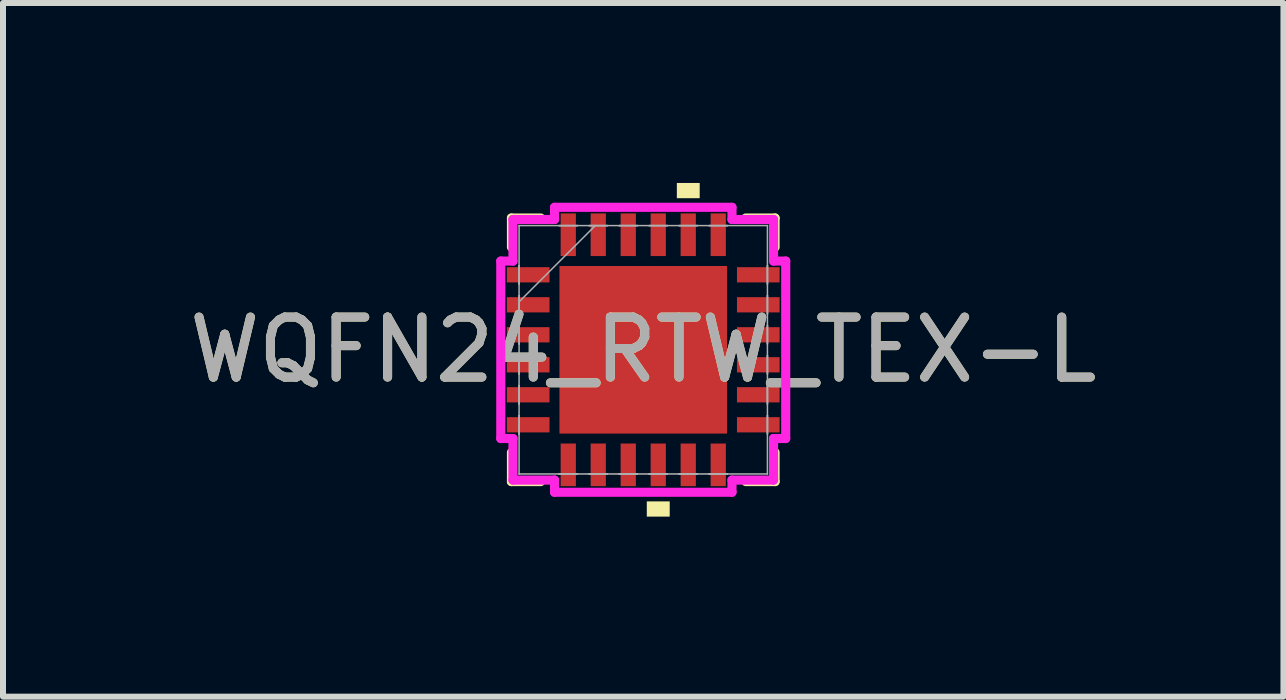
<source format=kicad_pcb>
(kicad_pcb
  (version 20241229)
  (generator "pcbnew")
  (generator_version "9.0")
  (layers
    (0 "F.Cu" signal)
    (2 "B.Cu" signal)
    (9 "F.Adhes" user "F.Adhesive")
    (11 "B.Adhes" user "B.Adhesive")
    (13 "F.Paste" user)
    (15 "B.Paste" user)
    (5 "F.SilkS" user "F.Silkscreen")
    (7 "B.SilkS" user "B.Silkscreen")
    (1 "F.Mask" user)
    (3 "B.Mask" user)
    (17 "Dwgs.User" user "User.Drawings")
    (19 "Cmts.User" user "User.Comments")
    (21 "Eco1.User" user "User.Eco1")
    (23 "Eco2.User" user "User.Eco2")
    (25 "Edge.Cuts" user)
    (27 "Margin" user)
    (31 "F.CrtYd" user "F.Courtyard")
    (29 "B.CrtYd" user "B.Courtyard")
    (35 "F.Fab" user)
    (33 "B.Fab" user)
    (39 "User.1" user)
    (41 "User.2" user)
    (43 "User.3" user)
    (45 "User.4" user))
  (footprint "WQFN24_RTW_TEX-L"
    (layer "F.Cu")
    (at 7.673 2.781)
    (property "Reference" "WQFN24_RTW_TEX-L" (at 0 0 0) (unlocked yes) (layer "F.SilkS") (effects (font (size 1 1) (thickness 0.15))))
    (attr smd)
    (fp_line (start -2.197 -2.197) (end -2.197 -1.71) (stroke (width 0.152) (type solid)) (layer "F.SilkS"))
    (fp_line (start -2.197 1.71) (end -2.197 2.197) (stroke (width 0.152) (type solid)) (layer "F.SilkS"))
    (fp_line (start -2.197 2.197) (end -1.71 2.197) (stroke (width 0.152) (type solid)) (layer "F.SilkS"))
    (fp_line (start -1.71 -2.197) (end -2.197 -2.197) (stroke (width 0.152) (type solid)) (layer "F.SilkS"))
    (fp_line (start 1.71 2.197) (end 2.197 2.197) (stroke (width 0.152) (type solid)) (layer "F.SilkS"))
    (fp_line (start 2.197 -2.197) (end 1.71 -2.197) (stroke (width 0.152) (type solid)) (layer "F.SilkS"))
    (fp_line (start 2.197 -1.71) (end 2.197 -2.197) (stroke (width 0.152) (type solid)) (layer "F.SilkS"))
    (fp_line (start 2.197 2.197) (end 2.197 1.71) (stroke (width 0.152) (type solid)) (layer "F.SilkS"))
    (fp_poly (pts (xy 0.059 2.527) (xy 0.059 2.781) (xy 0.441 2.781) (xy 0.441 2.527)) (stroke (width 0) (type solid)) (fill yes) (layer "F.SilkS"))
    (fp_poly (pts (xy 0.56 -2.527) (xy 0.56 -2.781) (xy 0.941 -2.781) (xy 0.941 -2.527)) (stroke (width 0) (type solid)) (fill yes) (layer "F.SilkS"))
    (fp_poly (pts (xy -1.297 -1.297) (xy -1.297 -0.1) (xy -0.1 -0.1) (xy -0.1 -1.297)) (stroke (width 0) (type solid)) (fill yes) (layer "F.Paste"))
    (fp_poly (pts (xy -1.297 0.1) (xy -1.297 1.297) (xy -0.1 1.297) (xy -0.1 0.1)) (stroke (width 0) (type solid)) (fill yes) (layer "F.Paste"))
    (fp_poly (pts (xy 0.1 -1.297) (xy 0.1 -0.1) (xy 1.297 -0.1) (xy 1.297 -1.297)) (stroke (width 0) (type solid)) (fill yes) (layer "F.Paste"))
    (fp_poly (pts (xy 0.1 0.1) (xy 0.1 1.297) (xy 1.297 1.297) (xy 1.297 0.1)) (stroke (width 0) (type solid)) (fill yes) (layer "F.Paste"))
    (fp_line (start -2.375 -1.479) (end -2.172 -1.479) (stroke (width 0.152) (type solid)) (layer "F.CrtYd"))
    (fp_line (start -2.375 1.479) (end -2.375 -1.479) (stroke (width 0.152) (type solid)) (layer "F.CrtYd"))
    (fp_line (start -2.172 -2.172) (end -1.479 -2.172) (stroke (width 0.152) (type solid)) (layer "F.CrtYd"))
    (fp_line (start -2.172 -1.479) (end -2.172 -2.172) (stroke (width 0.152) (type solid)) (layer "F.CrtYd"))
    (fp_line (start -2.172 1.479) (end -2.375 1.479) (stroke (width 0.152) (type solid)) (layer "F.CrtYd"))
    (fp_line (start -2.172 2.172) (end -2.172 1.479) (stroke (width 0.152) (type solid)) (layer "F.CrtYd"))
    (fp_line (start -1.479 -2.375) (end 1.479 -2.375) (stroke (width 0.152) (type solid)) (layer "F.CrtYd"))
    (fp_line (start -1.479 -2.172) (end -1.479 -2.375) (stroke (width 0.152) (type solid)) (layer "F.CrtYd"))
    (fp_line (start -1.479 2.172) (end -2.172 2.172) (stroke (width 0.152) (type solid)) (layer "F.CrtYd"))
    (fp_line (start -1.479 2.375) (end -1.479 2.172) (stroke (width 0.152) (type solid)) (layer "F.CrtYd"))
    (fp_line (start 1.479 -2.375) (end 1.479 -2.172) (stroke (width 0.152) (type solid)) (layer "F.CrtYd"))
    (fp_line (start 1.479 -2.172) (end 2.172 -2.172) (stroke (width 0.152) (type solid)) (layer "F.CrtYd"))
    (fp_line (start 1.479 2.172) (end 1.479 2.375) (stroke (width 0.152) (type solid)) (layer "F.CrtYd"))
    (fp_line (start 1.479 2.375) (end -1.479 2.375) (stroke (width 0.152) (type solid)) (layer "F.CrtYd"))
    (fp_line (start 2.172 -2.172) (end 2.172 -1.479) (stroke (width 0.152) (type solid)) (layer "F.CrtYd"))
    (fp_line (start 2.172 -1.479) (end 2.375 -1.479) (stroke (width 0.152) (type solid)) (layer "F.CrtYd"))
    (fp_line (start 2.172 1.479) (end 2.172 2.172) (stroke (width 0.152) (type solid)) (layer "F.CrtYd"))
    (fp_line (start 2.172 2.172) (end 1.479 2.172) (stroke (width 0.152) (type solid)) (layer "F.CrtYd"))
    (fp_line (start 2.375 -1.479) (end 2.375 1.479) (stroke (width 0.152) (type solid)) (layer "F.CrtYd"))
    (fp_line (start 2.375 1.479) (end 2.172 1.479) (stroke (width 0.152) (type solid)) (layer "F.CrtYd"))
    (fp_line (start -2.07 -2.07) (end -2.07 -2.07) (stroke (width 0.025) (type solid)) (layer "F.Fab"))
    (fp_line (start -2.07 -2.07) (end -2.07 2.07) (stroke (width 0.025) (type solid)) (layer "F.Fab"))
    (fp_line (start -2.07 -1.402) (end -2.07 -1.402) (stroke (width 0.025) (type solid)) (layer "F.Fab"))
    (fp_line (start -2.07 -1.402) (end -2.07 -1.098) (stroke (width 0.025) (type solid)) (layer "F.Fab"))
    (fp_line (start -2.07 -1.098) (end -2.07 -1.402) (stroke (width 0.025) (type solid)) (layer "F.Fab"))
    (fp_line (start -2.07 -1.098) (end -2.07 -1.098) (stroke (width 0.025) (type solid)) (layer "F.Fab"))
    (fp_line (start -2.07 -0.902) (end -2.07 -0.902) (stroke (width 0.025) (type solid)) (layer "F.Fab"))
    (fp_line (start -2.07 -0.902) (end -2.07 -0.598) (stroke (width 0.025) (type solid)) (layer "F.Fab"))
    (fp_line (start -2.07 -0.8) (end -0.8 -2.07) (stroke (width 0.025) (type solid)) (layer "F.Fab"))
    (fp_line (start -2.07 -0.598) (end -2.07 -0.902) (stroke (width 0.025) (type solid)) (layer "F.Fab"))
    (fp_line (start -2.07 -0.598) (end -2.07 -0.598) (stroke (width 0.025) (type solid)) (layer "F.Fab"))
    (fp_line (start -2.07 -0.402) (end -2.07 -0.402) (stroke (width 0.025) (type solid)) (layer "F.Fab"))
    (fp_line (start -2.07 -0.402) (end -2.07 -0.098) (stroke (width 0.025) (type solid)) (layer "F.Fab"))
    (fp_line (start -2.07 -0.098) (end -2.07 -0.402) (stroke (width 0.025) (type solid)) (layer "F.Fab"))
    (fp_line (start -2.07 -0.098) (end -2.07 -0.098) (stroke (width 0.025) (type solid)) (layer "F.Fab"))
    (fp_line (start -2.07 0.098) (end -2.07 0.098) (stroke (width 0.025) (type solid)) (layer "F.Fab"))
    (fp_line (start -2.07 0.098) (end -2.07 0.402) (stroke (width 0.025) (type solid)) (layer "F.Fab"))
    (fp_line (start -2.07 0.402) (end -2.07 0.098) (stroke (width 0.025) (type solid)) (layer "F.Fab"))
    (fp_line (start -2.07 0.402) (end -2.07 0.402) (stroke (width 0.025) (type solid)) (layer "F.Fab"))
    (fp_line (start -2.07 0.598) (end -2.07 0.598) (stroke (width 0.025) (type solid)) (layer "F.Fab"))
    (fp_line (start -2.07 0.598) (end -2.07 0.902) (stroke (width 0.025) (type solid)) (layer "F.Fab"))
    (fp_line (start -2.07 0.902) (end -2.07 0.598) (stroke (width 0.025) (type solid)) (layer "F.Fab"))
    (fp_line (start -2.07 0.902) (end -2.07 0.902) (stroke (width 0.025) (type solid)) (layer "F.Fab"))
    (fp_line (start -2.07 1.098) (end -2.07 1.098) (stroke (width 0.025) (type solid)) (layer "F.Fab"))
    (fp_line (start -2.07 1.098) (end -2.07 1.402) (stroke (width 0.025) (type solid)) (layer "F.Fab"))
    (fp_line (start -2.07 1.402) (end -2.07 1.098) (stroke (width 0.025) (type solid)) (layer "F.Fab"))
    (fp_line (start -2.07 1.402) (end -2.07 1.402) (stroke (width 0.025) (type solid)) (layer "F.Fab"))
    (fp_line (start -2.07 2.07) (end -2.07 2.07) (stroke (width 0.025) (type solid)) (layer "F.Fab"))
    (fp_line (start -2.07 2.07) (end 2.07 2.07) (stroke (width 0.025) (type solid)) (layer "F.Fab"))
    (fp_line (start -1.402 -2.07) (end -1.402 -2.07) (stroke (width 0.025) (type solid)) (layer "F.Fab"))
    (fp_line (start -1.402 -2.07) (end -1.098 -2.07) (stroke (width 0.025) (type solid)) (layer "F.Fab"))
    (fp_line (start -1.402 2.07) (end -1.402 2.07) (stroke (width 0.025) (type solid)) (layer "F.Fab"))
    (fp_line (start -1.402 2.07) (end -1.098 2.07) (stroke (width 0.025) (type solid)) (layer "F.Fab"))
    (fp_line (start -1.098 -2.07) (end -1.402 -2.07) (stroke (width 0.025) (type solid)) (layer "F.Fab"))
    (fp_line (start -1.098 -2.07) (end -1.098 -2.07) (stroke (width 0.025) (type solid)) (layer "F.Fab"))
    (fp_line (start -1.098 2.07) (end -1.402 2.07) (stroke (width 0.025) (type solid)) (layer "F.Fab"))
    (fp_line (start -1.098 2.07) (end -1.098 2.07) (stroke (width 0.025) (type solid)) (layer "F.Fab"))
    (fp_line (start -0.902 -2.07) (end -0.902 -2.07) (stroke (width 0.025) (type solid)) (layer "F.Fab"))
    (fp_line (start -0.902 -2.07) (end -0.598 -2.07) (stroke (width 0.025) (type solid)) (layer "F.Fab"))
    (fp_line (start -0.902 2.07) (end -0.902 2.07) (stroke (width 0.025) (type solid)) (layer "F.Fab"))
    (fp_line (start -0.902 2.07) (end -0.598 2.07) (stroke (width 0.025) (type solid)) (layer "F.Fab"))
    (fp_line (start -0.598 -2.07) (end -0.902 -2.07) (stroke (width 0.025) (type solid)) (layer "F.Fab"))
    (fp_line (start -0.598 -2.07) (end -0.598 -2.07) (stroke (width 0.025) (type solid)) (layer "F.Fab"))
    (fp_line (start -0.598 2.07) (end -0.902 2.07) (stroke (width 0.025) (type solid)) (layer "F.Fab"))
    (fp_line (start -0.598 2.07) (end -0.598 2.07) (stroke (width 0.025) (type solid)) (layer "F.Fab"))
    (fp_line (start -0.402 -2.07) (end -0.402 -2.07) (stroke (width 0.025) (type solid)) (layer "F.Fab"))
    (fp_line (start -0.402 -2.07) (end -0.098 -2.07) (stroke (width 0.025) (type solid)) (layer "F.Fab"))
    (fp_line (start -0.402 2.07) (end -0.402 2.07) (stroke (width 0.025) (type solid)) (layer "F.Fab"))
    (fp_line (start -0.402 2.07) (end -0.098 2.07) (stroke (width 0.025) (type solid)) (layer "F.Fab"))
    (fp_line (start -0.098 -2.07) (end -0.402 -2.07) (stroke (width 0.025) (type solid)) (layer "F.Fab"))
    (fp_line (start -0.098 -2.07) (end -0.098 -2.07) (stroke (width 0.025) (type solid)) (layer "F.Fab"))
    (fp_line (start -0.098 2.07) (end -0.402 2.07) (stroke (width 0.025) (type solid)) (layer "F.Fab"))
    (fp_line (start -0.098 2.07) (end -0.098 2.07) (stroke (width 0.025) (type solid)) (layer "F.Fab"))
    (fp_line (start 0.098 -2.07) (end 0.098 -2.07) (stroke (width 0.025) (type solid)) (layer "F.Fab"))
    (fp_line (start 0.098 -2.07) (end 0.402 -2.07) (stroke (width 0.025) (type solid)) (layer "F.Fab"))
    (fp_line (start 0.098 2.07) (end 0.098 2.07) (stroke (width 0.025) (type solid)) (layer "F.Fab"))
    (fp_line (start 0.098 2.07) (end 0.402 2.07) (stroke (width 0.025) (type solid)) (layer "F.Fab"))
    (fp_line (start 0.402 -2.07) (end 0.098 -2.07) (stroke (width 0.025) (type solid)) (layer "F.Fab"))
    (fp_line (start 0.402 -2.07) (end 0.402 -2.07) (stroke (width 0.025) (type solid)) (layer "F.Fab"))
    (fp_line (start 0.402 2.07) (end 0.098 2.07) (stroke (width 0.025) (type solid)) (layer "F.Fab"))
    (fp_line (start 0.402 2.07) (end 0.402 2.07) (stroke (width 0.025) (type solid)) (layer "F.Fab"))
    (fp_line (start 0.598 -2.07) (end 0.598 -2.07) (stroke (width 0.025) (type solid)) (layer "F.Fab"))
    (fp_line (start 0.598 -2.07) (end 0.902 -2.07) (stroke (width 0.025) (type solid)) (layer "F.Fab"))
    (fp_line (start 0.598 2.07) (end 0.598 2.07) (stroke (width 0.025) (type solid)) (layer "F.Fab"))
    (fp_line (start 0.598 2.07) (end 0.902 2.07) (stroke (width 0.025) (type solid)) (layer "F.Fab"))
    (fp_line (start 0.902 -2.07) (end 0.598 -2.07) (stroke (width 0.025) (type solid)) (layer "F.Fab"))
    (fp_line (start 0.902 -2.07) (end 0.902 -2.07) (stroke (width 0.025) (type solid)) (layer "F.Fab"))
    (fp_line (start 0.902 2.07) (end 0.598 2.07) (stroke (width 0.025) (type solid)) (layer "F.Fab"))
    (fp_line (start 0.902 2.07) (end 0.902 2.07) (stroke (width 0.025) (type solid)) (layer "F.Fab"))
    (fp_line (start 1.098 -2.07) (end 1.098 -2.07) (stroke (width 0.025) (type solid)) (layer "F.Fab"))
    (fp_line (start 1.098 -2.07) (end 1.402 -2.07) (stroke (width 0.025) (type solid)) (layer "F.Fab"))
    (fp_line (start 1.098 2.07) (end 1.098 2.07) (stroke (width 0.025) (type solid)) (layer "F.Fab"))
    (fp_line (start 1.098 2.07) (end 1.402 2.07) (stroke (width 0.025) (type solid)) (layer "F.Fab"))
    (fp_line (start 1.402 -2.07) (end 1.098 -2.07) (stroke (width 0.025) (type solid)) (layer "F.Fab"))
    (fp_line (start 1.402 -2.07) (end 1.402 -2.07) (stroke (width 0.025) (type solid)) (layer "F.Fab"))
    (fp_line (start 1.402 2.07) (end 1.098 2.07) (stroke (width 0.025) (type solid)) (layer "F.Fab"))
    (fp_line (start 1.402 2.07) (end 1.402 2.07) (stroke (width 0.025) (type solid)) (layer "F.Fab"))
    (fp_line (start 2.07 -2.07) (end -2.07 -2.07) (stroke (width 0.025) (type solid)) (layer "F.Fab"))
    (fp_line (start 2.07 -2.07) (end 2.07 -2.07) (stroke (width 0.025) (type solid)) (layer "F.Fab"))
    (fp_line (start 2.07 -1.402) (end 2.07 -1.402) (stroke (width 0.025) (type solid)) (layer "F.Fab"))
    (fp_line (start 2.07 -1.402) (end 2.07 -1.098) (stroke (width 0.025) (type solid)) (layer "F.Fab"))
    (fp_line (start 2.07 -1.098) (end 2.07 -1.402) (stroke (width 0.025) (type solid)) (layer "F.Fab"))
    (fp_line (start 2.07 -1.098) (end 2.07 -1.098) (stroke (width 0.025) (type solid)) (layer "F.Fab"))
    (fp_line (start 2.07 -0.902) (end 2.07 -0.902) (stroke (width 0.025) (type solid)) (layer "F.Fab"))
    (fp_line (start 2.07 -0.902) (end 2.07 -0.598) (stroke (width 0.025) (type solid)) (layer "F.Fab"))
    (fp_line (start 2.07 -0.598) (end 2.07 -0.902) (stroke (width 0.025) (type solid)) (layer "F.Fab"))
    (fp_line (start 2.07 -0.598) (end 2.07 -0.598) (stroke (width 0.025) (type solid)) (layer "F.Fab"))
    (fp_line (start 2.07 -0.402) (end 2.07 -0.402) (stroke (width 0.025) (type solid)) (layer "F.Fab"))
    (fp_line (start 2.07 -0.402) (end 2.07 -0.098) (stroke (width 0.025) (type solid)) (layer "F.Fab"))
    (fp_line (start 2.07 -0.098) (end 2.07 -0.402) (stroke (width 0.025) (type solid)) (layer "F.Fab"))
    (fp_line (start 2.07 -0.098) (end 2.07 -0.098) (stroke (width 0.025) (type solid)) (layer "F.Fab"))
    (fp_line (start 2.07 0.098) (end 2.07 0.098) (stroke (width 0.025) (type solid)) (layer "F.Fab"))
    (fp_line (start 2.07 0.098) (end 2.07 0.402) (stroke (width 0.025) (type solid)) (layer "F.Fab"))
    (fp_line (start 2.07 0.402) (end 2.07 0.098) (stroke (width 0.025) (type solid)) (layer "F.Fab"))
    (fp_line (start 2.07 0.402) (end 2.07 0.402) (stroke (width 0.025) (type solid)) (layer "F.Fab"))
    (fp_line (start 2.07 0.598) (end 2.07 0.598) (stroke (width 0.025) (type solid)) (layer "F.Fab"))
    (fp_line (start 2.07 0.598) (end 2.07 0.902) (stroke (width 0.025) (type solid)) (layer "F.Fab"))
    (fp_line (start 2.07 0.902) (end 2.07 0.598) (stroke (width 0.025) (type solid)) (layer "F.Fab"))
    (fp_line (start 2.07 0.902) (end 2.07 0.902) (stroke (width 0.025) (type solid)) (layer "F.Fab"))
    (fp_line (start 2.07 1.098) (end 2.07 1.098) (stroke (width 0.025) (type solid)) (layer "F.Fab"))
    (fp_line (start 2.07 1.098) (end 2.07 1.402) (stroke (width 0.025) (type solid)) (layer "F.Fab"))
    (fp_line (start 2.07 1.402) (end 2.07 1.098) (stroke (width 0.025) (type solid)) (layer "F.Fab"))
    (fp_line (start 2.07 1.402) (end 2.07 1.402) (stroke (width 0.025) (type solid)) (layer "F.Fab"))
    (fp_line (start 2.07 2.07) (end 2.07 -2.07) (stroke (width 0.025) (type solid)) (layer "F.Fab"))
    (fp_line (start 2.07 2.07) (end 2.07 2.07) (stroke (width 0.025) (type solid)) (layer "F.Fab"))
    (fp_text user "${REFERENCE}" (at 0 0 0) (unlocked yes) (layer "F.Fab") (effects (font (size 1 1) (thickness 0.15))))
    (pad "1" smd rect (at -1.918 -1.25 90) (size 0.254 0.711) (layers "F.Cu" "F.Mask" "F.Paste"))
    (pad "2" smd rect (at -1.918 -0.75 90) (size 0.254 0.711) (layers "F.Cu" "F.Mask" "F.Paste"))
    (pad "3" smd rect (at -1.918 -0.25 90) (size 0.254 0.711) (layers "F.Cu" "F.Mask" "F.Paste"))
    (pad "4" smd rect (at -1.918 0.25 90) (size 0.254 0.711) (layers "F.Cu" "F.Mask" "F.Paste"))
    (pad "5" smd rect (at -1.918 0.75 90) (size 0.254 0.711) (layers "F.Cu" "F.Mask" "F.Paste"))
    (pad "6" smd rect (at -1.918 1.25 90) (size 0.254 0.711) (layers "F.Cu" "F.Mask" "F.Paste"))
    (pad "7" smd rect (at -1.25 1.918) (size 0.254 0.711) (layers "F.Cu" "F.Mask" "F.Paste"))
    (pad "8" smd rect (at -0.75 1.918) (size 0.254 0.711) (layers "F.Cu" "F.Mask" "F.Paste"))
    (pad "9" smd rect (at -0.25 1.918) (size 0.254 0.711) (layers "F.Cu" "F.Mask" "F.Paste"))
    (pad "10" smd rect (at 0.25 1.918) (size 0.254 0.711) (layers "F.Cu" "F.Mask" "F.Paste"))
    (pad "11" smd rect (at 0.75 1.918) (size 0.254 0.711) (layers "F.Cu" "F.Mask" "F.Paste"))
    (pad "12" smd rect (at 1.25 1.918) (size 0.254 0.711) (layers "F.Cu" "F.Mask" "F.Paste"))
    (pad "13" smd rect (at 1.918 1.25 90) (size 0.254 0.711) (layers "F.Cu" "F.Mask" "F.Paste"))
    (pad "14" smd rect (at 1.918 0.75 90) (size 0.254 0.711) (layers "F.Cu" "F.Mask" "F.Paste"))
    (pad "15" smd rect (at 1.918 0.25 90) (size 0.254 0.711) (layers "F.Cu" "F.Mask" "F.Paste"))
    (pad "16" smd rect (at 1.918 -0.25 90) (size 0.254 0.711) (layers "F.Cu" "F.Mask" "F.Paste"))
    (pad "17" smd rect (at 1.918 -0.75 90) (size 0.254 0.711) (layers "F.Cu" "F.Mask" "F.Paste"))
    (pad "18" smd rect (at 1.918 -1.25 90) (size 0.254 0.711) (layers "F.Cu" "F.Mask" "F.Paste"))
    (pad "19" smd rect (at 1.25 -1.918) (size 0.254 0.711) (layers "F.Cu" "F.Mask" "F.Paste"))
    (pad "20" smd rect (at 0.75 -1.918) (size 0.254 0.711) (layers "F.Cu" "F.Mask" "F.Paste"))
    (pad "21" smd rect (at 0.25 -1.918) (size 0.254 0.711) (layers "F.Cu" "F.Mask" "F.Paste"))
    (pad "22" smd rect (at -0.25 -1.918) (size 0.254 0.711) (layers "F.Cu" "F.Mask" "F.Paste"))
    (pad "23" smd rect (at -0.75 -1.918) (size 0.254 0.711) (layers "F.Cu" "F.Mask" "F.Paste"))
    (pad "24" smd rect (at -1.25 -1.918) (size 0.254 0.711) (layers "F.Cu" "F.Mask" "F.Paste"))
    (pad "25" smd rect (at 0 0) (size 2.794 2.794) (layers "F.Cu" "F.Mask" "F.Paste")))
  (gr_rect
    (start -3 -3)
    (end 18.345 8.563)
    (stroke (width 0.1) (type default))
    (fill no)
    (layer "Edge.Cuts")))
</source>
